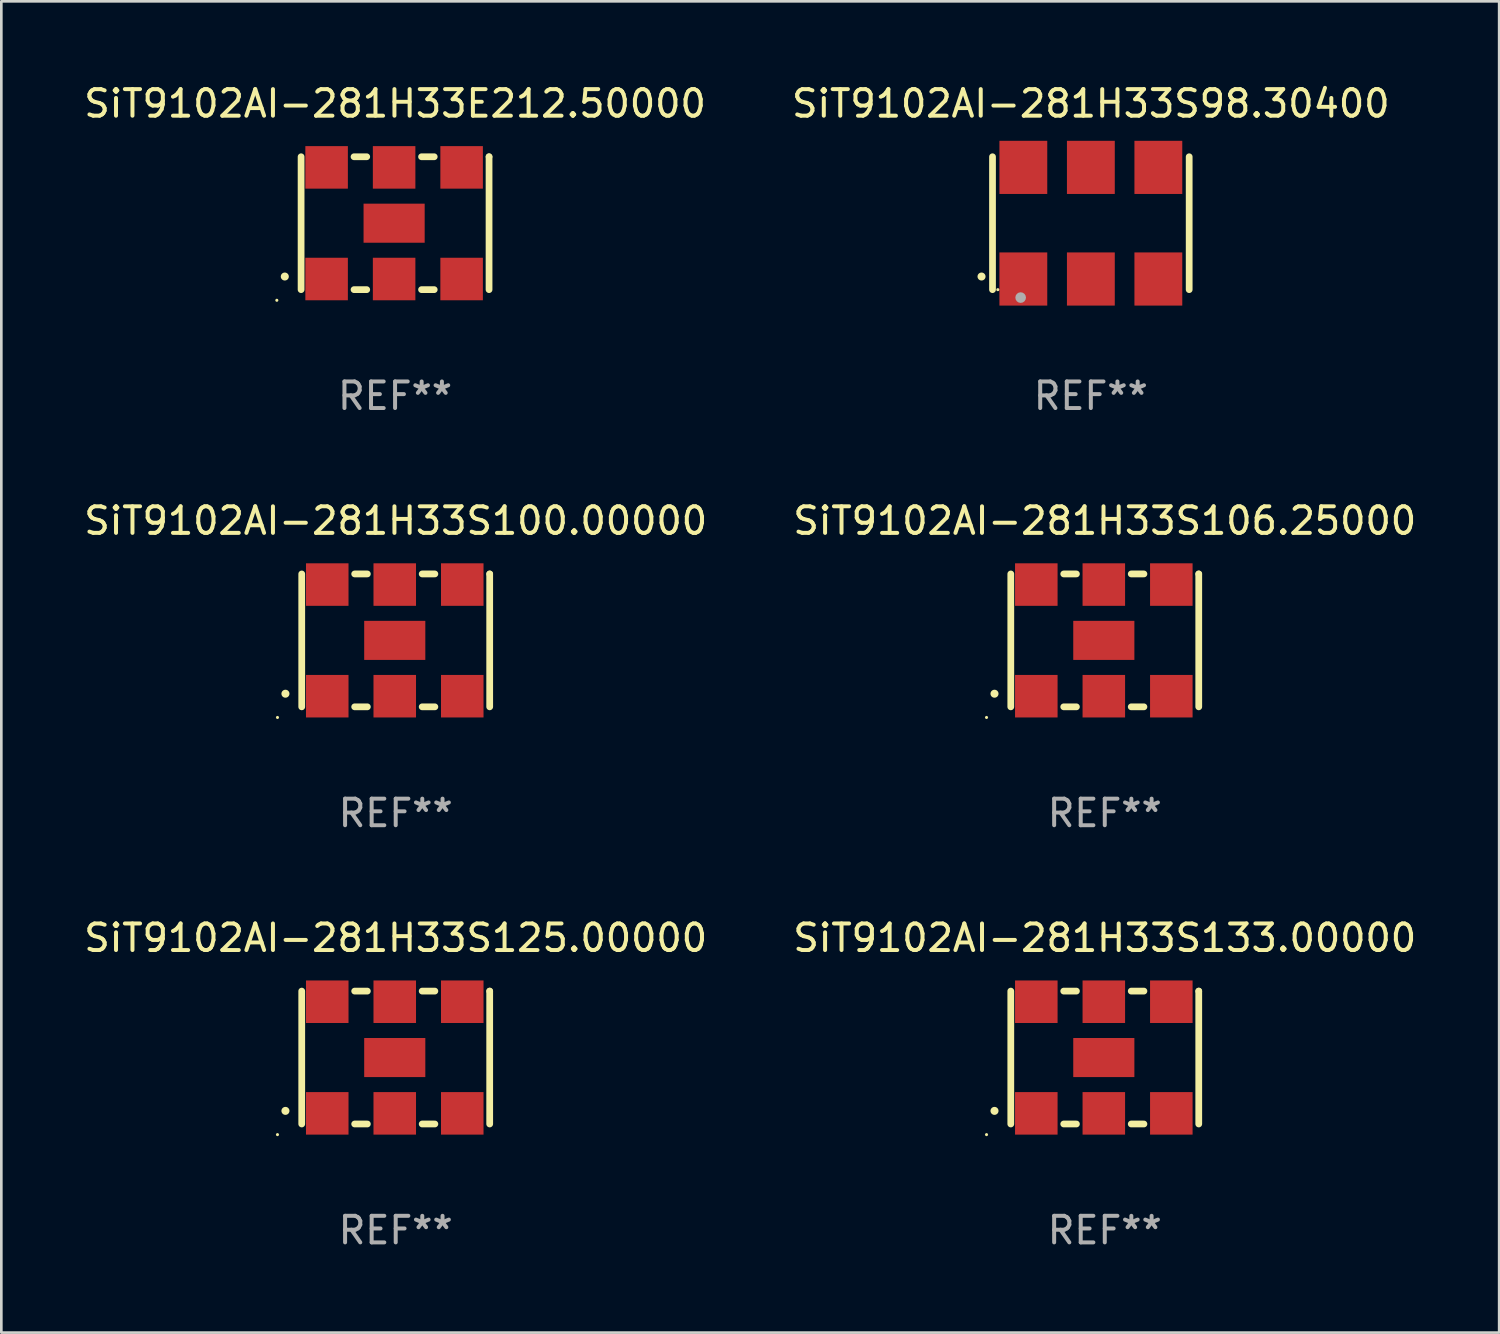
<source format=kicad_pcb>
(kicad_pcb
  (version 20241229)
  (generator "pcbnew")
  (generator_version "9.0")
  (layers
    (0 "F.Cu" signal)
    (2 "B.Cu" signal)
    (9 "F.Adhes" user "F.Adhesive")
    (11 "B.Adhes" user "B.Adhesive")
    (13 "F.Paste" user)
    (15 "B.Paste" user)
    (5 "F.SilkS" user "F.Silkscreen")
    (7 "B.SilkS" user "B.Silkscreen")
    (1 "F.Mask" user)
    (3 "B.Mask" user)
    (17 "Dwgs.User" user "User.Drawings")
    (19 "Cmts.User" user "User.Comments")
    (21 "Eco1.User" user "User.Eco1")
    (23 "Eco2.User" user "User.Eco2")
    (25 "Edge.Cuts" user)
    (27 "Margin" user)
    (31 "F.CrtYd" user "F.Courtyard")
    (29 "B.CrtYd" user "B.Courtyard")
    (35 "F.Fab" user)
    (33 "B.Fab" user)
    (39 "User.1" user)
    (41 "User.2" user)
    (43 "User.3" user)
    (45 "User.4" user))
  (footprint "SiT9102AI-281H33S133.00000"
    (layer "F.Cu")
    (at 38.518 36.741)
    (property "Reference" "SiT9102AI-281H33S133.00000" (at 0 -4.5 0) (layer "F.SilkS") (effects (font (size 1 1) (thickness 0.15))))
    (attr through_hole)
    (fp_line (start -3.536 -2.5) (end -3.536 2.5) (stroke (width 0.254) (type solid)) (layer "F.SilkS"))
    (fp_line (start -1.544 2.5) (end -1.067 2.5) (stroke (width 0.254) (type solid)) (layer "F.SilkS"))
    (fp_line (start -1.067 -2.5) (end -1.544 -2.5) (stroke (width 0.254) (type solid)) (layer "F.SilkS"))
    (fp_line (start 0.996 2.5) (end 1.473 2.5) (stroke (width 0.254) (type solid)) (layer "F.SilkS"))
    (fp_line (start 1.473 -2.5) (end 0.996 -2.5) (stroke (width 0.254) (type solid)) (layer "F.SilkS"))
    (fp_line (start 3.536 -2.5) (end 3.536 -2.5) (stroke (width 0.254) (type solid)) (layer "F.SilkS"))
    (fp_line (start 3.536 2.5) (end 3.536 -2.5) (stroke (width 0.254) (type solid)) (layer "F.SilkS"))
    (fp_arc (start -4.150432 2.006604) (mid -4.149162 2.006599) (end -4.147892 2.006604) (stroke (width 0.3) (type solid)) (layer "F.SilkS"))
    (fp_circle (center -4.449 2.9) (end -4.419 2.9) (stroke (width 0.06) (type solid)) (fill no) (layer "F.SilkS"))
    (fp_text user "REF**" (at 0 6.5 0) (layer "F.Fab") (effects (font (size 1 1) (thickness 0.15))))
    (pad "1" smd rect (at -2.576 2.1) (size 1.6 1.6) (layers "F.Cu" "F.Mask" "F.Paste"))
    (pad "2" smd rect (at -0.036 2.1) (size 1.6 1.6) (layers "F.Cu" "F.Mask" "F.Paste"))
    (pad "3" smd rect (at 2.504 2.1) (size 1.6 1.6) (layers "F.Cu" "F.Mask" "F.Paste"))
    (pad "4" smd rect (at 2.504 -2.1) (size 1.6 1.6) (layers "F.Cu" "F.Mask" "F.Paste"))
    (pad "5" smd rect (at -0.036 -2.1) (size 1.6 1.6) (layers "F.Cu" "F.Mask" "F.Paste"))
    (pad "6" smd rect (at -2.576 -2.1) (size 1.6 1.6) (layers "F.Cu" "F.Mask" "F.Paste"))
    (pad "7" smd rect (at -0.036 0) (size 2.3 1.47) (layers "F.Cu" "F.Mask" "F.Paste")))
  (footprint "SiT9102AI-281H33S106.25000"
    (layer "F.Cu")
    (at 38.518 21.045)
    (property "Reference" "SiT9102AI-281H33S106.25000" (at 0 -4.5 0) (layer "F.SilkS") (effects (font (size 1 1) (thickness 0.15))))
    (attr through_hole)
    (fp_line (start -3.536 -2.5) (end -3.536 2.5) (stroke (width 0.254) (type solid)) (layer "F.SilkS"))
    (fp_line (start -1.544 2.5) (end -1.067 2.5) (stroke (width 0.254) (type solid)) (layer "F.SilkS"))
    (fp_line (start -1.067 -2.5) (end -1.544 -2.5) (stroke (width 0.254) (type solid)) (layer "F.SilkS"))
    (fp_line (start 0.996 2.5) (end 1.473 2.5) (stroke (width 0.254) (type solid)) (layer "F.SilkS"))
    (fp_line (start 1.473 -2.5) (end 0.996 -2.5) (stroke (width 0.254) (type solid)) (layer "F.SilkS"))
    (fp_line (start 3.536 -2.5) (end 3.536 -2.5) (stroke (width 0.254) (type solid)) (layer "F.SilkS"))
    (fp_line (start 3.536 2.5) (end 3.536 -2.5) (stroke (width 0.254) (type solid)) (layer "F.SilkS"))
    (fp_arc (start -4.150432 2.006604) (mid -4.149162 2.006599) (end -4.147892 2.006604) (stroke (width 0.3) (type solid)) (layer "F.SilkS"))
    (fp_circle (center -4.449 2.9) (end -4.419 2.9) (stroke (width 0.06) (type solid)) (fill no) (layer "F.SilkS"))
    (fp_text user "REF**" (at 0 6.5 0) (layer "F.Fab") (effects (font (size 1 1) (thickness 0.15))))
    (pad "1" smd rect (at -2.576 2.1) (size 1.6 1.6) (layers "F.Cu" "F.Mask" "F.Paste"))
    (pad "2" smd rect (at -0.036 2.1) (size 1.6 1.6) (layers "F.Cu" "F.Mask" "F.Paste"))
    (pad "3" smd rect (at 2.504 2.1) (size 1.6 1.6) (layers "F.Cu" "F.Mask" "F.Paste"))
    (pad "4" smd rect (at 2.504 -2.1) (size 1.6 1.6) (layers "F.Cu" "F.Mask" "F.Paste"))
    (pad "5" smd rect (at -0.036 -2.1) (size 1.6 1.6) (layers "F.Cu" "F.Mask" "F.Paste"))
    (pad "6" smd rect (at -2.576 -2.1) (size 1.6 1.6) (layers "F.Cu" "F.Mask" "F.Paste"))
    (pad "7" smd rect (at -0.036 0) (size 2.3 1.47) (layers "F.Cu" "F.Mask" "F.Paste")))
  (footprint "SiT9102AI-281H33S125.00000"
    (layer "F.Cu")
    (at 11.839 36.741)
    (property "Reference" "SiT9102AI-281H33S125.00000" (at 0 -4.5 0) (layer "F.SilkS") (effects (font (size 1 1) (thickness 0.15))))
    (attr through_hole)
    (fp_line (start -3.536 -2.5) (end -3.536 2.5) (stroke (width 0.254) (type solid)) (layer "F.SilkS"))
    (fp_line (start -1.544 2.5) (end -1.067 2.5) (stroke (width 0.254) (type solid)) (layer "F.SilkS"))
    (fp_line (start -1.067 -2.5) (end -1.544 -2.5) (stroke (width 0.254) (type solid)) (layer "F.SilkS"))
    (fp_line (start 0.996 2.5) (end 1.473 2.5) (stroke (width 0.254) (type solid)) (layer "F.SilkS"))
    (fp_line (start 1.473 -2.5) (end 0.996 -2.5) (stroke (width 0.254) (type solid)) (layer "F.SilkS"))
    (fp_line (start 3.536 -2.5) (end 3.536 -2.5) (stroke (width 0.254) (type solid)) (layer "F.SilkS"))
    (fp_line (start 3.536 2.5) (end 3.536 -2.5) (stroke (width 0.254) (type solid)) (layer "F.SilkS"))
    (fp_arc (start -4.150432 2.006604) (mid -4.149162 2.006599) (end -4.147892 2.006604) (stroke (width 0.3) (type solid)) (layer "F.SilkS"))
    (fp_circle (center -4.449 2.9) (end -4.419 2.9) (stroke (width 0.06) (type solid)) (fill no) (layer "F.SilkS"))
    (fp_text user "REF**" (at 0 6.5 0) (layer "F.Fab") (effects (font (size 1 1) (thickness 0.15))))
    (pad "1" smd rect (at -2.576 2.1) (size 1.6 1.6) (layers "F.Cu" "F.Mask" "F.Paste"))
    (pad "2" smd rect (at -0.036 2.1) (size 1.6 1.6) (layers "F.Cu" "F.Mask" "F.Paste"))
    (pad "3" smd rect (at 2.504 2.1) (size 1.6 1.6) (layers "F.Cu" "F.Mask" "F.Paste"))
    (pad "4" smd rect (at 2.504 -2.1) (size 1.6 1.6) (layers "F.Cu" "F.Mask" "F.Paste"))
    (pad "5" smd rect (at -0.036 -2.1) (size 1.6 1.6) (layers "F.Cu" "F.Mask" "F.Paste"))
    (pad "6" smd rect (at -2.576 -2.1) (size 1.6 1.6) (layers "F.Cu" "F.Mask" "F.Paste"))
    (pad "7" smd rect (at -0.036 0) (size 2.3 1.47) (layers "F.Cu" "F.Mask" "F.Paste")))
  (footprint "SiT9102AI-281H33E212.50000"
    (layer "F.Cu")
    (at 11.815 5.348)
    (property "Reference" "SiT9102AI-281H33E212.50000" (at 0 -4.5 0) (layer "F.SilkS") (effects (font (size 1 1) (thickness 0.15))))
    (attr through_hole)
    (fp_line (start -3.536 -2.5) (end -3.536 2.5) (stroke (width 0.254) (type solid)) (layer "F.SilkS"))
    (fp_line (start -1.544 2.5) (end -1.067 2.5) (stroke (width 0.254) (type solid)) (layer "F.SilkS"))
    (fp_line (start -1.067 -2.5) (end -1.544 -2.5) (stroke (width 0.254) (type solid)) (layer "F.SilkS"))
    (fp_line (start 0.996 2.5) (end 1.473 2.5) (stroke (width 0.254) (type solid)) (layer "F.SilkS"))
    (fp_line (start 1.473 -2.5) (end 0.996 -2.5) (stroke (width 0.254) (type solid)) (layer "F.SilkS"))
    (fp_line (start 3.536 -2.5) (end 3.536 -2.5) (stroke (width 0.254) (type solid)) (layer "F.SilkS"))
    (fp_line (start 3.536 2.5) (end 3.536 -2.5) (stroke (width 0.254) (type solid)) (layer "F.SilkS"))
    (fp_arc (start -4.150432 2.006604) (mid -4.149162 2.006599) (end -4.147892 2.006604) (stroke (width 0.3) (type solid)) (layer "F.SilkS"))
    (fp_circle (center -4.449 2.9) (end -4.419 2.9) (stroke (width 0.06) (type solid)) (fill no) (layer "F.SilkS"))
    (fp_text user "REF**" (at 0 6.5 0) (layer "F.Fab") (effects (font (size 1 1) (thickness 0.15))))
    (pad "1" smd rect (at -2.576 2.1) (size 1.6 1.6) (layers "F.Cu" "F.Mask" "F.Paste"))
    (pad "2" smd rect (at -0.036 2.1) (size 1.6 1.6) (layers "F.Cu" "F.Mask" "F.Paste"))
    (pad "3" smd rect (at 2.504 2.1) (size 1.6 1.6) (layers "F.Cu" "F.Mask" "F.Paste"))
    (pad "4" smd rect (at 2.504 -2.1) (size 1.6 1.6) (layers "F.Cu" "F.Mask" "F.Paste"))
    (pad "5" smd rect (at -0.036 -2.1) (size 1.6 1.6) (layers "F.Cu" "F.Mask" "F.Paste"))
    (pad "6" smd rect (at -2.576 -2.1) (size 1.6 1.6) (layers "F.Cu" "F.Mask" "F.Paste"))
    (pad "7" smd rect (at -0.036 0) (size 2.3 1.47) (layers "F.Cu" "F.Mask" "F.Paste")))
  (footprint "SiT9102AI-281H33S98.30400"
    (layer "F.Cu")
    (at 37.994 5.348)
    (property "Reference" "SiT9102AI-281H33S98.30400" (at 0 -4.5 0) (layer "F.SilkS") (effects (font (size 1 1) (thickness 0.15))))
    (attr through_hole)
    (fp_line (start -3.7 -2.5) (end -3.7 2.5) (stroke (width 0.254) (type solid)) (layer "F.SilkS"))
    (fp_line (start 3.7 -2.5) (end 3.7 2.5) (stroke (width 0.254) (type solid)) (layer "F.SilkS"))
    (fp_arc (start -4.114415 2.006604) (mid -4.113145 2.006599) (end -4.111875 2.006604) (stroke (width 0.3) (type solid)) (layer "F.SilkS"))
    (fp_circle (center -3.5 2.501) (end -3.47 2.501) (stroke (width 0.06) (type solid)) (fill no) (layer "F.SilkS"))
    (fp_circle (center -2.641 2.799) (end -2.541 2.799) (stroke (width 0.2) (type solid)) (fill no) (layer "F.Fab"))
    (fp_text user "REF**" (at 0 6.5 0) (layer "F.Fab") (effects (font (size 1 1) (thickness 0.15))))
    (pad "1" smd rect (at -2.54 2.1) (size 1.8 2) (layers "F.Cu" "F.Mask" "F.Paste"))
    (pad "2" smd rect (at 0.000394 2.1) (size 1.8 2) (layers "F.Cu" "F.Mask" "F.Paste"))
    (pad "3" smd rect (at 2.54 2.1) (size 1.8 2) (layers "F.Cu" "F.Mask" "F.Paste"))
    (pad "4" smd rect (at 2.54 -2.1) (size 1.8 2) (layers "F.Cu" "F.Mask" "F.Paste"))
    (pad "5" smd rect (at 0.000394 -2.1) (size 1.8 2) (layers "F.Cu" "F.Mask" "F.Paste"))
    (pad "6" smd rect (at -2.54 -2.1) (size 1.8 2) (layers "F.Cu" "F.Mask" "F.Paste")))
  (footprint "SiT9102AI-281H33S100.00000"
    (layer "F.Cu")
    (at 11.839 21.045)
    (property "Reference" "SiT9102AI-281H33S100.00000" (at 0 -4.5 0) (layer "F.SilkS") (effects (font (size 1 1) (thickness 0.15))))
    (attr through_hole)
    (fp_line (start -3.536 -2.5) (end -3.536 2.5) (stroke (width 0.254) (type solid)) (layer "F.SilkS"))
    (fp_line (start -1.544 2.5) (end -1.067 2.5) (stroke (width 0.254) (type solid)) (layer "F.SilkS"))
    (fp_line (start -1.067 -2.5) (end -1.544 -2.5) (stroke (width 0.254) (type solid)) (layer "F.SilkS"))
    (fp_line (start 0.996 2.5) (end 1.473 2.5) (stroke (width 0.254) (type solid)) (layer "F.SilkS"))
    (fp_line (start 1.473 -2.5) (end 0.996 -2.5) (stroke (width 0.254) (type solid)) (layer "F.SilkS"))
    (fp_line (start 3.536 -2.5) (end 3.536 -2.5) (stroke (width 0.254) (type solid)) (layer "F.SilkS"))
    (fp_line (start 3.536 2.5) (end 3.536 -2.5) (stroke (width 0.254) (type solid)) (layer "F.SilkS"))
    (fp_arc (start -4.150432 2.006604) (mid -4.149162 2.006599) (end -4.147892 2.006604) (stroke (width 0.3) (type solid)) (layer "F.SilkS"))
    (fp_circle (center -4.449 2.9) (end -4.419 2.9) (stroke (width 0.06) (type solid)) (fill no) (layer "F.SilkS"))
    (fp_text user "REF**" (at 0 6.5 0) (layer "F.Fab") (effects (font (size 1 1) (thickness 0.15))))
    (pad "1" smd rect (at -2.576 2.1) (size 1.6 1.6) (layers "F.Cu" "F.Mask" "F.Paste"))
    (pad "2" smd rect (at -0.036 2.1) (size 1.6 1.6) (layers "F.Cu" "F.Mask" "F.Paste"))
    (pad "3" smd rect (at 2.504 2.1) (size 1.6 1.6) (layers "F.Cu" "F.Mask" "F.Paste"))
    (pad "4" smd rect (at 2.504 -2.1) (size 1.6 1.6) (layers "F.Cu" "F.Mask" "F.Paste"))
    (pad "5" smd rect (at -0.036 -2.1) (size 1.6 1.6) (layers "F.Cu" "F.Mask" "F.Paste"))
    (pad "6" smd rect (at -2.576 -2.1) (size 1.6 1.6) (layers "F.Cu" "F.Mask" "F.Paste"))
    (pad "7" smd rect (at -0.036 0) (size 2.3 1.47) (layers "F.Cu" "F.Mask" "F.Paste")))
  (gr_rect
    (start -3 -3)
    (end 53.357 47.09)
    (stroke (width 0.1) (type default))
    (fill no)
    (layer "Edge.Cuts")))
</source>
